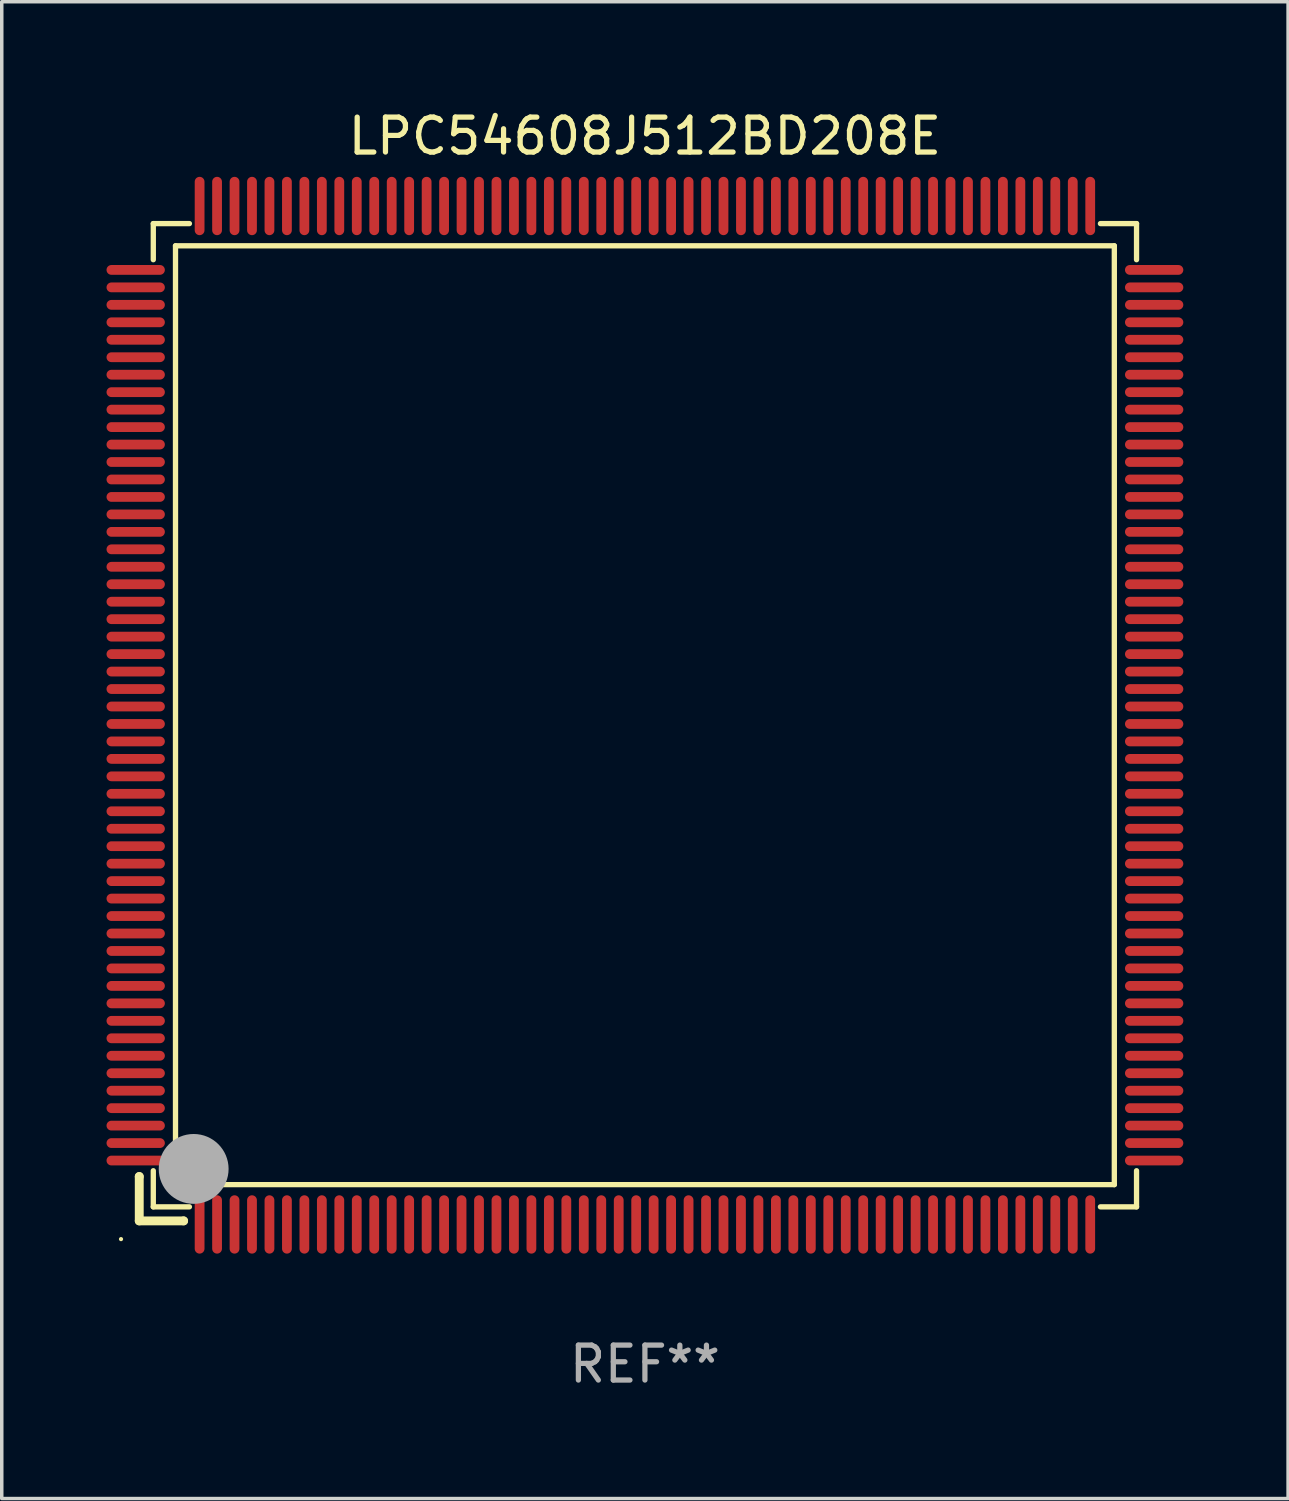
<source format=kicad_pcb>
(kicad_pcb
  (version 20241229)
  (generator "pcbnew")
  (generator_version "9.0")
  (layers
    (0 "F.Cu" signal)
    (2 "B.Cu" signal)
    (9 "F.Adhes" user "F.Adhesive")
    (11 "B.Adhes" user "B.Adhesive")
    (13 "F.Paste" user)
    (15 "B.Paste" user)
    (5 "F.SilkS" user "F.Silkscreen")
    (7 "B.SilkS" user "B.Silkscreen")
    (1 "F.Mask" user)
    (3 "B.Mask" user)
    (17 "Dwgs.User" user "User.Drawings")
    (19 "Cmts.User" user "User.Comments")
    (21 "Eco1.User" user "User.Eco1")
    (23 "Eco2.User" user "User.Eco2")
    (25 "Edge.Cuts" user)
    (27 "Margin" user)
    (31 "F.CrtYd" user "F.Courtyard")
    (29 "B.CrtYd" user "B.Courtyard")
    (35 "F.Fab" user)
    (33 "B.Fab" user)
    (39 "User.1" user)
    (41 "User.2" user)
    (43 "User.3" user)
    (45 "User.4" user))
  (footprint "LPC54608J512BD208E"
    (layer "F.Cu")
    (at 15.415 17.428)
    (property "Reference" "LPC54608J512BD208E" (at 0 -16.58 0) (layer "F.SilkS") (effects (font (size 1 1) (thickness 0.15))))
    (attr through_hole)
    (fp_line (start -14.478 13.208) (end -14.478 13.208) (stroke (width 0.254) (type solid)) (layer "F.SilkS"))
    (fp_line (start -14.478 13.208) (end -14.478 14.478) (stroke (width 0.254) (type solid)) (layer "F.SilkS"))
    (fp_line (start -14.478 14.478) (end -13.208 14.478) (stroke (width 0.254) (type solid)) (layer "F.SilkS"))
    (fp_line (start -14.076 -14.076) (end -14.076 -13.042) (stroke (width 0.152) (type solid)) (layer "F.SilkS"))
    (fp_line (start -14.076 14.076) (end -14.076 13.042) (stroke (width 0.152) (type solid)) (layer "F.SilkS"))
    (fp_line (start -13.44 -13.44) (end 13.44 -13.44) (stroke (width 0.152) (type solid)) (layer "F.SilkS"))
    (fp_line (start -13.44 13.44) (end -13.44 -13.44) (stroke (width 0.152) (type solid)) (layer "F.SilkS"))
    (fp_line (start -13.208 14.478) (end -13.208 14.478) (stroke (width 0.254) (type solid)) (layer "F.SilkS"))
    (fp_line (start -13.042 -14.076) (end -14.076 -14.076) (stroke (width 0.152) (type solid)) (layer "F.SilkS"))
    (fp_line (start -13.042 14.076) (end -14.076 14.076) (stroke (width 0.152) (type solid)) (layer "F.SilkS"))
    (fp_line (start 13.042 -14.076) (end 14.076 -14.076) (stroke (width 0.152) (type solid)) (layer "F.SilkS"))
    (fp_line (start 13.042 14.076) (end 14.076 14.076) (stroke (width 0.152) (type solid)) (layer "F.SilkS"))
    (fp_line (start 13.44 -13.44) (end 13.44 13.44) (stroke (width 0.152) (type solid)) (layer "F.SilkS"))
    (fp_line (start 13.44 13.44) (end -13.44 13.44) (stroke (width 0.152) (type solid)) (layer "F.SilkS"))
    (fp_line (start 14.076 -14.076) (end 14.076 -13.042) (stroke (width 0.152) (type solid)) (layer "F.SilkS"))
    (fp_line (start 14.076 14.076) (end 14.076 13.042) (stroke (width 0.152) (type solid)) (layer "F.SilkS"))
    (fp_circle (center -15 15) (end -14.97 15) (stroke (width 0.06) (type solid)) (fill no) (layer "F.SilkS"))
    (fp_circle (center -13.138 13.138) (end -13.063 13.138) (stroke (width 0.15) (type solid)) (fill no) (layer "F.SilkS"))
    (fp_circle (center -12.92 12.99) (end -12.42 12.99) (stroke (width 1) (type solid)) (fill no) (layer "F.Fab"))
    (fp_text user "REF**" (at 0 18.58 0) (layer "F.Fab") (effects (font (size 1 1) (thickness 0.15))))
    (pad "1" smd oval (at -12.75 14.58) (size 0.28 1.67) (layers "F.Cu" "F.Mask" "F.Paste"))
    (pad "2" smd oval (at -12.25 14.58) (size 0.28 1.67) (layers "F.Cu" "F.Mask" "F.Paste"))
    (pad "3" smd oval (at -11.75 14.58) (size 0.28 1.67) (layers "F.Cu" "F.Mask" "F.Paste"))
    (pad "4" smd oval (at -11.25 14.58) (size 0.28 1.67) (layers "F.Cu" "F.Mask" "F.Paste"))
    (pad "5" smd oval (at -10.75 14.58) (size 0.28 1.67) (layers "F.Cu" "F.Mask" "F.Paste"))
    (pad "6" smd oval (at -10.25 14.58) (size 0.28 1.67) (layers "F.Cu" "F.Mask" "F.Paste"))
    (pad "7" smd oval (at -9.75 14.58) (size 0.28 1.67) (layers "F.Cu" "F.Mask" "F.Paste"))
    (pad "8" smd oval (at -9.25 14.58) (size 0.28 1.67) (layers "F.Cu" "F.Mask" "F.Paste"))
    (pad "9" smd oval (at -8.75 14.58) (size 0.28 1.67) (layers "F.Cu" "F.Mask" "F.Paste"))
    (pad "10" smd oval (at -8.25 14.58) (size 0.28 1.67) (layers "F.Cu" "F.Mask" "F.Paste"))
    (pad "11" smd oval (at -7.75 14.58) (size 0.28 1.67) (layers "F.Cu" "F.Mask" "F.Paste"))
    (pad "12" smd oval (at -7.25 14.58) (size 0.28 1.67) (layers "F.Cu" "F.Mask" "F.Paste"))
    (pad "13" smd oval (at -6.75 14.58) (size 0.28 1.67) (layers "F.Cu" "F.Mask" "F.Paste"))
    (pad "14" smd oval (at -6.25 14.58) (size 0.28 1.67) (layers "F.Cu" "F.Mask" "F.Paste"))
    (pad "15" smd oval (at -5.75 14.58) (size 0.28 1.67) (layers "F.Cu" "F.Mask" "F.Paste"))
    (pad "16" smd oval (at -5.25 14.58) (size 0.28 1.67) (layers "F.Cu" "F.Mask" "F.Paste"))
    (pad "17" smd oval (at -4.75 14.58) (size 0.28 1.67) (layers "F.Cu" "F.Mask" "F.Paste"))
    (pad "18" smd oval (at -4.25 14.58) (size 0.28 1.67) (layers "F.Cu" "F.Mask" "F.Paste"))
    (pad "19" smd oval (at -3.75 14.58) (size 0.28 1.67) (layers "F.Cu" "F.Mask" "F.Paste"))
    (pad "20" smd oval (at -3.25 14.58) (size 0.28 1.67) (layers "F.Cu" "F.Mask" "F.Paste"))
    (pad "21" smd oval (at -2.75 14.58) (size 0.28 1.67) (layers "F.Cu" "F.Mask" "F.Paste"))
    (pad "22" smd oval (at -2.25 14.58) (size 0.28 1.67) (layers "F.Cu" "F.Mask" "F.Paste"))
    (pad "23" smd oval (at -1.75 14.58) (size 0.28 1.67) (layers "F.Cu" "F.Mask" "F.Paste"))
    (pad "24" smd oval (at -1.25 14.58) (size 0.28 1.67) (layers "F.Cu" "F.Mask" "F.Paste"))
    (pad "25" smd oval (at -0.75 14.58) (size 0.28 1.67) (layers "F.Cu" "F.Mask" "F.Paste"))
    (pad "26" smd oval (at -0.25 14.58) (size 0.28 1.67) (layers "F.Cu" "F.Mask" "F.Paste"))
    (pad "27" smd oval (at 0.25 14.58) (size 0.28 1.67) (layers "F.Cu" "F.Mask" "F.Paste"))
    (pad "28" smd oval (at 0.75 14.58) (size 0.28 1.67) (layers "F.Cu" "F.Mask" "F.Paste"))
    (pad "29" smd oval (at 1.25 14.58) (size 0.28 1.67) (layers "F.Cu" "F.Mask" "F.Paste"))
    (pad "30" smd oval (at 1.75 14.58) (size 0.28 1.67) (layers "F.Cu" "F.Mask" "F.Paste"))
    (pad "31" smd oval (at 2.25 14.58) (size 0.28 1.67) (layers "F.Cu" "F.Mask" "F.Paste"))
    (pad "32" smd oval (at 2.75 14.58) (size 0.28 1.67) (layers "F.Cu" "F.Mask" "F.Paste"))
    (pad "33" smd oval (at 3.25 14.58) (size 0.28 1.67) (layers "F.Cu" "F.Mask" "F.Paste"))
    (pad "34" smd oval (at 3.75 14.58) (size 0.28 1.67) (layers "F.Cu" "F.Mask" "F.Paste"))
    (pad "35" smd oval (at 4.25 14.58) (size 0.28 1.67) (layers "F.Cu" "F.Mask" "F.Paste"))
    (pad "36" smd oval (at 4.75 14.58) (size 0.28 1.67) (layers "F.Cu" "F.Mask" "F.Paste"))
    (pad "37" smd oval (at 5.25 14.58) (size 0.28 1.67) (layers "F.Cu" "F.Mask" "F.Paste"))
    (pad "38" smd oval (at 5.75 14.58) (size 0.28 1.67) (layers "F.Cu" "F.Mask" "F.Paste"))
    (pad "39" smd oval (at 6.25 14.58) (size 0.28 1.67) (layers "F.Cu" "F.Mask" "F.Paste"))
    (pad "40" smd oval (at 6.75 14.58) (size 0.28 1.67) (layers "F.Cu" "F.Mask" "F.Paste"))
    (pad "41" smd oval (at 7.25 14.58) (size 0.28 1.67) (layers "F.Cu" "F.Mask" "F.Paste"))
    (pad "42" smd oval (at 7.75 14.58) (size 0.28 1.67) (layers "F.Cu" "F.Mask" "F.Paste"))
    (pad "43" smd oval (at 8.25 14.58) (size 0.28 1.67) (layers "F.Cu" "F.Mask" "F.Paste"))
    (pad "44" smd oval (at 8.75 14.58) (size 0.28 1.67) (layers "F.Cu" "F.Mask" "F.Paste"))
    (pad "45" smd oval (at 9.25 14.58) (size 0.28 1.67) (layers "F.Cu" "F.Mask" "F.Paste"))
    (pad "46" smd oval (at 9.75 14.58) (size 0.28 1.67) (layers "F.Cu" "F.Mask" "F.Paste"))
    (pad "47" smd oval (at 10.25 14.58) (size 0.28 1.67) (layers "F.Cu" "F.Mask" "F.Paste"))
    (pad "48" smd oval (at 10.75 14.58) (size 0.28 1.67) (layers "F.Cu" "F.Mask" "F.Paste"))
    (pad "49" smd oval (at 11.25 14.58) (size 0.28 1.67) (layers "F.Cu" "F.Mask" "F.Paste"))
    (pad "50" smd oval (at 11.75 14.58) (size 0.28 1.67) (layers "F.Cu" "F.Mask" "F.Paste"))
    (pad "51" smd oval (at 12.25 14.58) (size 0.28 1.67) (layers "F.Cu" "F.Mask" "F.Paste"))
    (pad "52" smd oval (at 12.75 14.58) (size 0.28 1.67) (layers "F.Cu" "F.Mask" "F.Paste"))
    (pad "53" smd oval (at 14.58 12.75) (size 1.67 0.28) (layers "F.Cu" "F.Mask" "F.Paste"))
    (pad "54" smd oval (at 14.58 12.25) (size 1.67 0.28) (layers "F.Cu" "F.Mask" "F.Paste"))
    (pad "55" smd oval (at 14.58 11.75) (size 1.67 0.28) (layers "F.Cu" "F.Mask" "F.Paste"))
    (pad "56" smd oval (at 14.58 11.25) (size 1.67 0.28) (layers "F.Cu" "F.Mask" "F.Paste"))
    (pad "57" smd oval (at 14.58 10.75) (size 1.67 0.28) (layers "F.Cu" "F.Mask" "F.Paste"))
    (pad "58" smd oval (at 14.58 10.25) (size 1.67 0.28) (layers "F.Cu" "F.Mask" "F.Paste"))
    (pad "59" smd oval (at 14.58 9.75) (size 1.67 0.28) (layers "F.Cu" "F.Mask" "F.Paste"))
    (pad "60" smd oval (at 14.58 9.25) (size 1.67 0.28) (layers "F.Cu" "F.Mask" "F.Paste"))
    (pad "61" smd oval (at 14.58 8.75) (size 1.67 0.28) (layers "F.Cu" "F.Mask" "F.Paste"))
    (pad "62" smd oval (at 14.58 8.25) (size 1.67 0.28) (layers "F.Cu" "F.Mask" "F.Paste"))
    (pad "63" smd oval (at 14.58 7.75) (size 1.67 0.28) (layers "F.Cu" "F.Mask" "F.Paste"))
    (pad "64" smd oval (at 14.58 7.25) (size 1.67 0.28) (layers "F.Cu" "F.Mask" "F.Paste"))
    (pad "65" smd oval (at 14.58 6.75) (size 1.67 0.28) (layers "F.Cu" "F.Mask" "F.Paste"))
    (pad "66" smd oval (at 14.58 6.25) (size 1.67 0.28) (layers "F.Cu" "F.Mask" "F.Paste"))
    (pad "67" smd oval (at 14.58 5.75) (size 1.67 0.28) (layers "F.Cu" "F.Mask" "F.Paste"))
    (pad "68" smd oval (at 14.58 5.25) (size 1.67 0.28) (layers "F.Cu" "F.Mask" "F.Paste"))
    (pad "69" smd oval (at 14.58 4.75) (size 1.67 0.28) (layers "F.Cu" "F.Mask" "F.Paste"))
    (pad "70" smd oval (at 14.58 4.25) (size 1.67 0.28) (layers "F.Cu" "F.Mask" "F.Paste"))
    (pad "71" smd oval (at 14.58 3.75) (size 1.67 0.28) (layers "F.Cu" "F.Mask" "F.Paste"))
    (pad "72" smd oval (at 14.58 3.25) (size 1.67 0.28) (layers "F.Cu" "F.Mask" "F.Paste"))
    (pad "73" smd oval (at 14.58 2.75) (size 1.67 0.28) (layers "F.Cu" "F.Mask" "F.Paste"))
    (pad "74" smd oval (at 14.58 2.25) (size 1.67 0.28) (layers "F.Cu" "F.Mask" "F.Paste"))
    (pad "75" smd oval (at 14.58 1.75) (size 1.67 0.28) (layers "F.Cu" "F.Mask" "F.Paste"))
    (pad "76" smd oval (at 14.58 1.25) (size 1.67 0.28) (layers "F.Cu" "F.Mask" "F.Paste"))
    (pad "77" smd oval (at 14.58 0.75) (size 1.67 0.28) (layers "F.Cu" "F.Mask" "F.Paste"))
    (pad "78" smd oval (at 14.58 0.25) (size 1.67 0.28) (layers "F.Cu" "F.Mask" "F.Paste"))
    (pad "79" smd oval (at 14.58 -0.25) (size 1.67 0.28) (layers "F.Cu" "F.Mask" "F.Paste"))
    (pad "80" smd oval (at 14.58 -0.75) (size 1.67 0.28) (layers "F.Cu" "F.Mask" "F.Paste"))
    (pad "81" smd oval (at 14.58 -1.25) (size 1.67 0.28) (layers "F.Cu" "F.Mask" "F.Paste"))
    (pad "82" smd oval (at 14.58 -1.75) (size 1.67 0.28) (layers "F.Cu" "F.Mask" "F.Paste"))
    (pad "83" smd oval (at 14.58 -2.25) (size 1.67 0.28) (layers "F.Cu" "F.Mask" "F.Paste"))
    (pad "84" smd oval (at 14.58 -2.75) (size 1.67 0.28) (layers "F.Cu" "F.Mask" "F.Paste"))
    (pad "85" smd oval (at 14.58 -3.25) (size 1.67 0.28) (layers "F.Cu" "F.Mask" "F.Paste"))
    (pad "86" smd oval (at 14.58 -3.75) (size 1.67 0.28) (layers "F.Cu" "F.Mask" "F.Paste"))
    (pad "87" smd oval (at 14.58 -4.25) (size 1.67 0.28) (layers "F.Cu" "F.Mask" "F.Paste"))
    (pad "88" smd oval (at 14.58 -4.75) (size 1.67 0.28) (layers "F.Cu" "F.Mask" "F.Paste"))
    (pad "89" smd oval (at 14.58 -5.25) (size 1.67 0.28) (layers "F.Cu" "F.Mask" "F.Paste"))
    (pad "90" smd oval (at 14.58 -5.75) (size 1.67 0.28) (layers "F.Cu" "F.Mask" "F.Paste"))
    (pad "91" smd oval (at 14.58 -6.25) (size 1.67 0.28) (layers "F.Cu" "F.Mask" "F.Paste"))
    (pad "92" smd oval (at 14.58 -6.75) (size 1.67 0.28) (layers "F.Cu" "F.Mask" "F.Paste"))
    (pad "93" smd oval (at 14.58 -7.25) (size 1.67 0.28) (layers "F.Cu" "F.Mask" "F.Paste"))
    (pad "94" smd oval (at 14.58 -7.75) (size 1.67 0.28) (layers "F.Cu" "F.Mask" "F.Paste"))
    (pad "95" smd oval (at 14.58 -8.25) (size 1.67 0.28) (layers "F.Cu" "F.Mask" "F.Paste"))
    (pad "96" smd oval (at 14.58 -8.75) (size 1.67 0.28) (layers "F.Cu" "F.Mask" "F.Paste"))
    (pad "97" smd oval (at 14.58 -9.25) (size 1.67 0.28) (layers "F.Cu" "F.Mask" "F.Paste"))
    (pad "98" smd oval (at 14.58 -9.75) (size 1.67 0.28) (layers "F.Cu" "F.Mask" "F.Paste"))
    (pad "99" smd oval (at 14.58 -10.25) (size 1.67 0.28) (layers "F.Cu" "F.Mask" "F.Paste"))
    (pad "100" smd oval (at 14.58 -10.75) (size 1.67 0.28) (layers "F.Cu" "F.Mask" "F.Paste"))
    (pad "101" smd oval (at 14.58 -11.25) (size 1.67 0.28) (layers "F.Cu" "F.Mask" "F.Paste"))
    (pad "102" smd oval (at 14.58 -11.75) (size 1.67 0.28) (layers "F.Cu" "F.Mask" "F.Paste"))
    (pad "103" smd oval (at 14.58 -12.25) (size 1.67 0.28) (layers "F.Cu" "F.Mask" "F.Paste"))
    (pad "104" smd oval (at 14.58 -12.75) (size 1.67 0.28) (layers "F.Cu" "F.Mask" "F.Paste"))
    (pad "105" smd oval (at 12.75 -14.58) (size 0.28 1.67) (layers "F.Cu" "F.Mask" "F.Paste"))
    (pad "106" smd oval (at 12.25 -14.58) (size 0.28 1.67) (layers "F.Cu" "F.Mask" "F.Paste"))
    (pad "107" smd oval (at 11.75 -14.58) (size 0.28 1.67) (layers "F.Cu" "F.Mask" "F.Paste"))
    (pad "108" smd oval (at 11.25 -14.58) (size 0.28 1.67) (layers "F.Cu" "F.Mask" "F.Paste"))
    (pad "109" smd oval (at 10.75 -14.58) (size 0.28 1.67) (layers "F.Cu" "F.Mask" "F.Paste"))
    (pad "110" smd oval (at 10.25 -14.58) (size 0.28 1.67) (layers "F.Cu" "F.Mask" "F.Paste"))
    (pad "111" smd oval (at 9.75 -14.58) (size 0.28 1.67) (layers "F.Cu" "F.Mask" "F.Paste"))
    (pad "112" smd oval (at 9.25 -14.58) (size 0.28 1.67) (layers "F.Cu" "F.Mask" "F.Paste"))
    (pad "113" smd oval (at 8.75 -14.58) (size 0.28 1.67) (layers "F.Cu" "F.Mask" "F.Paste"))
    (pad "114" smd oval (at 8.25 -14.58) (size 0.28 1.67) (layers "F.Cu" "F.Mask" "F.Paste"))
    (pad "115" smd oval (at 7.75 -14.58) (size 0.28 1.67) (layers "F.Cu" "F.Mask" "F.Paste"))
    (pad "116" smd oval (at 7.25 -14.58) (size 0.28 1.67) (layers "F.Cu" "F.Mask" "F.Paste"))
    (pad "117" smd oval (at 6.75 -14.58) (size 0.28 1.67) (layers "F.Cu" "F.Mask" "F.Paste"))
    (pad "118" smd oval (at 6.25 -14.58) (size 0.28 1.67) (layers "F.Cu" "F.Mask" "F.Paste"))
    (pad "119" smd oval (at 5.75 -14.58) (size 0.28 1.67) (layers "F.Cu" "F.Mask" "F.Paste"))
    (pad "120" smd oval (at 5.25 -14.58) (size 0.28 1.67) (layers "F.Cu" "F.Mask" "F.Paste"))
    (pad "121" smd oval (at 4.75 -14.58) (size 0.28 1.67) (layers "F.Cu" "F.Mask" "F.Paste"))
    (pad "122" smd oval (at 4.25 -14.58) (size 0.28 1.67) (layers "F.Cu" "F.Mask" "F.Paste"))
    (pad "123" smd oval (at 3.75 -14.58) (size 0.28 1.67) (layers "F.Cu" "F.Mask" "F.Paste"))
    (pad "124" smd oval (at 3.25 -14.58) (size 0.28 1.67) (layers "F.Cu" "F.Mask" "F.Paste"))
    (pad "125" smd oval (at 2.75 -14.58) (size 0.28 1.67) (layers "F.Cu" "F.Mask" "F.Paste"))
    (pad "126" smd oval (at 2.25 -14.58) (size 0.28 1.67) (layers "F.Cu" "F.Mask" "F.Paste"))
    (pad "127" smd oval (at 1.75 -14.58) (size 0.28 1.67) (layers "F.Cu" "F.Mask" "F.Paste"))
    (pad "128" smd oval (at 1.25 -14.58) (size 0.28 1.67) (layers "F.Cu" "F.Mask" "F.Paste"))
    (pad "129" smd oval (at 0.75 -14.58) (size 0.28 1.67) (layers "F.Cu" "F.Mask" "F.Paste"))
    (pad "130" smd oval (at 0.25 -14.58) (size 0.28 1.67) (layers "F.Cu" "F.Mask" "F.Paste"))
    (pad "131" smd oval (at -0.25 -14.58) (size 0.28 1.67) (layers "F.Cu" "F.Mask" "F.Paste"))
    (pad "132" smd oval (at -0.75 -14.58) (size 0.28 1.67) (layers "F.Cu" "F.Mask" "F.Paste"))
    (pad "133" smd oval (at -1.25 -14.58) (size 0.28 1.67) (layers "F.Cu" "F.Mask" "F.Paste"))
    (pad "134" smd oval (at -1.75 -14.58) (size 0.28 1.67) (layers "F.Cu" "F.Mask" "F.Paste"))
    (pad "135" smd oval (at -2.25 -14.58) (size 0.28 1.67) (layers "F.Cu" "F.Mask" "F.Paste"))
    (pad "136" smd oval (at -2.75 -14.58) (size 0.28 1.67) (layers "F.Cu" "F.Mask" "F.Paste"))
    (pad "137" smd oval (at -3.25 -14.58) (size 0.28 1.67) (layers "F.Cu" "F.Mask" "F.Paste"))
    (pad "138" smd oval (at -3.75 -14.58) (size 0.28 1.67) (layers "F.Cu" "F.Mask" "F.Paste"))
    (pad "139" smd oval (at -4.25 -14.58) (size 0.28 1.67) (layers "F.Cu" "F.Mask" "F.Paste"))
    (pad "140" smd oval (at -4.75 -14.58) (size 0.28 1.67) (layers "F.Cu" "F.Mask" "F.Paste"))
    (pad "141" smd oval (at -5.25 -14.58) (size 0.28 1.67) (layers "F.Cu" "F.Mask" "F.Paste"))
    (pad "142" smd oval (at -5.75 -14.58) (size 0.28 1.67) (layers "F.Cu" "F.Mask" "F.Paste"))
    (pad "143" smd oval (at -6.25 -14.58) (size 0.28 1.67) (layers "F.Cu" "F.Mask" "F.Paste"))
    (pad "144" smd oval (at -6.75 -14.58) (size 0.28 1.67) (layers "F.Cu" "F.Mask" "F.Paste"))
    (pad "145" smd oval (at -7.25 -14.58) (size 0.28 1.67) (layers "F.Cu" "F.Mask" "F.Paste"))
    (pad "146" smd oval (at -7.75 -14.58) (size 0.28 1.67) (layers "F.Cu" "F.Mask" "F.Paste"))
    (pad "147" smd oval (at -8.25 -14.58) (size 0.28 1.67) (layers "F.Cu" "F.Mask" "F.Paste"))
    (pad "148" smd oval (at -8.75 -14.58) (size 0.28 1.67) (layers "F.Cu" "F.Mask" "F.Paste"))
    (pad "149" smd oval (at -9.25 -14.58) (size 0.28 1.67) (layers "F.Cu" "F.Mask" "F.Paste"))
    (pad "150" smd oval (at -9.75 -14.58) (size 0.28 1.67) (layers "F.Cu" "F.Mask" "F.Paste"))
    (pad "151" smd oval (at -10.25 -14.58) (size 0.28 1.67) (layers "F.Cu" "F.Mask" "F.Paste"))
    (pad "152" smd oval (at -10.75 -14.58) (size 0.28 1.67) (layers "F.Cu" "F.Mask" "F.Paste"))
    (pad "153" smd oval (at -11.25 -14.58) (size 0.28 1.67) (layers "F.Cu" "F.Mask" "F.Paste"))
    (pad "154" smd oval (at -11.75 -14.58) (size 0.28 1.67) (layers "F.Cu" "F.Mask" "F.Paste"))
    (pad "155" smd oval (at -12.25 -14.58) (size 0.28 1.67) (layers "F.Cu" "F.Mask" "F.Paste"))
    (pad "156" smd oval (at -12.75 -14.58) (size 0.28 1.67) (layers "F.Cu" "F.Mask" "F.Paste"))
    (pad "157" smd oval (at -14.58 -12.75) (size 1.67 0.28) (layers "F.Cu" "F.Mask" "F.Paste"))
    (pad "158" smd oval (at -14.58 -12.25) (size 1.67 0.28) (layers "F.Cu" "F.Mask" "F.Paste"))
    (pad "159" smd oval (at -14.58 -11.75) (size 1.67 0.28) (layers "F.Cu" "F.Mask" "F.Paste"))
    (pad "160" smd oval (at -14.58 -11.25) (size 1.67 0.28) (layers "F.Cu" "F.Mask" "F.Paste"))
    (pad "161" smd oval (at -14.58 -10.75) (size 1.67 0.28) (layers "F.Cu" "F.Mask" "F.Paste"))
    (pad "162" smd oval (at -14.58 -10.25) (size 1.67 0.28) (layers "F.Cu" "F.Mask" "F.Paste"))
    (pad "163" smd oval (at -14.58 -9.75) (size 1.67 0.28) (layers "F.Cu" "F.Mask" "F.Paste"))
    (pad "164" smd oval (at -14.58 -9.25) (size 1.67 0.28) (layers "F.Cu" "F.Mask" "F.Paste"))
    (pad "165" smd oval (at -14.58 -8.75) (size 1.67 0.28) (layers "F.Cu" "F.Mask" "F.Paste"))
    (pad "166" smd oval (at -14.58 -8.25) (size 1.67 0.28) (layers "F.Cu" "F.Mask" "F.Paste"))
    (pad "167" smd oval (at -14.58 -7.75) (size 1.67 0.28) (layers "F.Cu" "F.Mask" "F.Paste"))
    (pad "168" smd oval (at -14.58 -7.25) (size 1.67 0.28) (layers "F.Cu" "F.Mask" "F.Paste"))
    (pad "169" smd oval (at -14.58 -6.75) (size 1.67 0.28) (layers "F.Cu" "F.Mask" "F.Paste"))
    (pad "170" smd oval (at -14.58 -6.25) (size 1.67 0.28) (layers "F.Cu" "F.Mask" "F.Paste"))
    (pad "171" smd oval (at -14.58 -5.75) (size 1.67 0.28) (layers "F.Cu" "F.Mask" "F.Paste"))
    (pad "172" smd oval (at -14.58 -5.25) (size 1.67 0.28) (layers "F.Cu" "F.Mask" "F.Paste"))
    (pad "173" smd oval (at -14.58 -4.75) (size 1.67 0.28) (layers "F.Cu" "F.Mask" "F.Paste"))
    (pad "174" smd oval (at -14.58 -4.25) (size 1.67 0.28) (layers "F.Cu" "F.Mask" "F.Paste"))
    (pad "175" smd oval (at -14.58 -3.75) (size 1.67 0.28) (layers "F.Cu" "F.Mask" "F.Paste"))
    (pad "176" smd oval (at -14.58 -3.25) (size 1.67 0.28) (layers "F.Cu" "F.Mask" "F.Paste"))
    (pad "177" smd oval (at -14.58 -2.75) (size 1.67 0.28) (layers "F.Cu" "F.Mask" "F.Paste"))
    (pad "178" smd oval (at -14.58 -2.25) (size 1.67 0.28) (layers "F.Cu" "F.Mask" "F.Paste"))
    (pad "179" smd oval (at -14.58 -1.75) (size 1.67 0.28) (layers "F.Cu" "F.Mask" "F.Paste"))
    (pad "180" smd oval (at -14.58 -1.25) (size 1.67 0.28) (layers "F.Cu" "F.Mask" "F.Paste"))
    (pad "181" smd oval (at -14.58 -0.75) (size 1.67 0.28) (layers "F.Cu" "F.Mask" "F.Paste"))
    (pad "182" smd oval (at -14.58 -0.25) (size 1.67 0.28) (layers "F.Cu" "F.Mask" "F.Paste"))
    (pad "183" smd oval (at -14.58 0.25) (size 1.67 0.28) (layers "F.Cu" "F.Mask" "F.Paste"))
    (pad "184" smd oval (at -14.58 0.75) (size 1.67 0.28) (layers "F.Cu" "F.Mask" "F.Paste"))
    (pad "185" smd oval (at -14.58 1.25) (size 1.67 0.28) (layers "F.Cu" "F.Mask" "F.Paste"))
    (pad "186" smd oval (at -14.58 1.75) (size 1.67 0.28) (layers "F.Cu" "F.Mask" "F.Paste"))
    (pad "187" smd oval (at -14.58 2.25) (size 1.67 0.28) (layers "F.Cu" "F.Mask" "F.Paste"))
    (pad "188" smd oval (at -14.58 2.75) (size 1.67 0.28) (layers "F.Cu" "F.Mask" "F.Paste"))
    (pad "189" smd oval (at -14.58 3.25) (size 1.67 0.28) (layers "F.Cu" "F.Mask" "F.Paste"))
    (pad "190" smd oval (at -14.58 3.75) (size 1.67 0.28) (layers "F.Cu" "F.Mask" "F.Paste"))
    (pad "191" smd oval (at -14.58 4.25) (size 1.67 0.28) (layers "F.Cu" "F.Mask" "F.Paste"))
    (pad "192" smd oval (at -14.58 4.75) (size 1.67 0.28) (layers "F.Cu" "F.Mask" "F.Paste"))
    (pad "193" smd oval (at -14.58 5.25) (size 1.67 0.28) (layers "F.Cu" "F.Mask" "F.Paste"))
    (pad "194" smd oval (at -14.58 5.75) (size 1.67 0.28) (layers "F.Cu" "F.Mask" "F.Paste"))
    (pad "195" smd oval (at -14.58 6.25) (size 1.67 0.28) (layers "F.Cu" "F.Mask" "F.Paste"))
    (pad "196" smd oval (at -14.58 6.75) (size 1.67 0.28) (layers "F.Cu" "F.Mask" "F.Paste"))
    (pad "197" smd oval (at -14.58 7.25) (size 1.67 0.28) (layers "F.Cu" "F.Mask" "F.Paste"))
    (pad "198" smd oval (at -14.58 7.75) (size 1.67 0.28) (layers "F.Cu" "F.Mask" "F.Paste"))
    (pad "199" smd oval (at -14.58 8.25) (size 1.67 0.28) (layers "F.Cu" "F.Mask" "F.Paste"))
    (pad "200" smd oval (at -14.58 8.75) (size 1.67 0.28) (layers "F.Cu" "F.Mask" "F.Paste"))
    (pad "201" smd oval (at -14.58 9.25) (size 1.67 0.28) (layers "F.Cu" "F.Mask" "F.Paste"))
    (pad "202" smd oval (at -14.58 9.75) (size 1.67 0.28) (layers "F.Cu" "F.Mask" "F.Paste"))
    (pad "203" smd oval (at -14.58 10.25) (size 1.67 0.28) (layers "F.Cu" "F.Mask" "F.Paste"))
    (pad "204" smd oval (at -14.58 10.75) (size 1.67 0.28) (layers "F.Cu" "F.Mask" "F.Paste"))
    (pad "205" smd oval (at -14.58 11.25) (size 1.67 0.28) (layers "F.Cu" "F.Mask" "F.Paste"))
    (pad "206" smd oval (at -14.58 11.75) (size 1.67 0.28) (layers "F.Cu" "F.Mask" "F.Paste"))
    (pad "207" smd oval (at -14.58 12.25) (size 1.67 0.28) (layers "F.Cu" "F.Mask" "F.Paste"))
    (pad "208" smd oval (at -14.58 12.75) (size 1.67 0.28) (layers "F.Cu" "F.Mask" "F.Paste")))
  (gr_rect
    (start -3 -3)
    (end 33.83 39.856)
    (stroke (width 0.1) (type default))
    (fill no)
    (layer "Edge.Cuts")))
</source>
